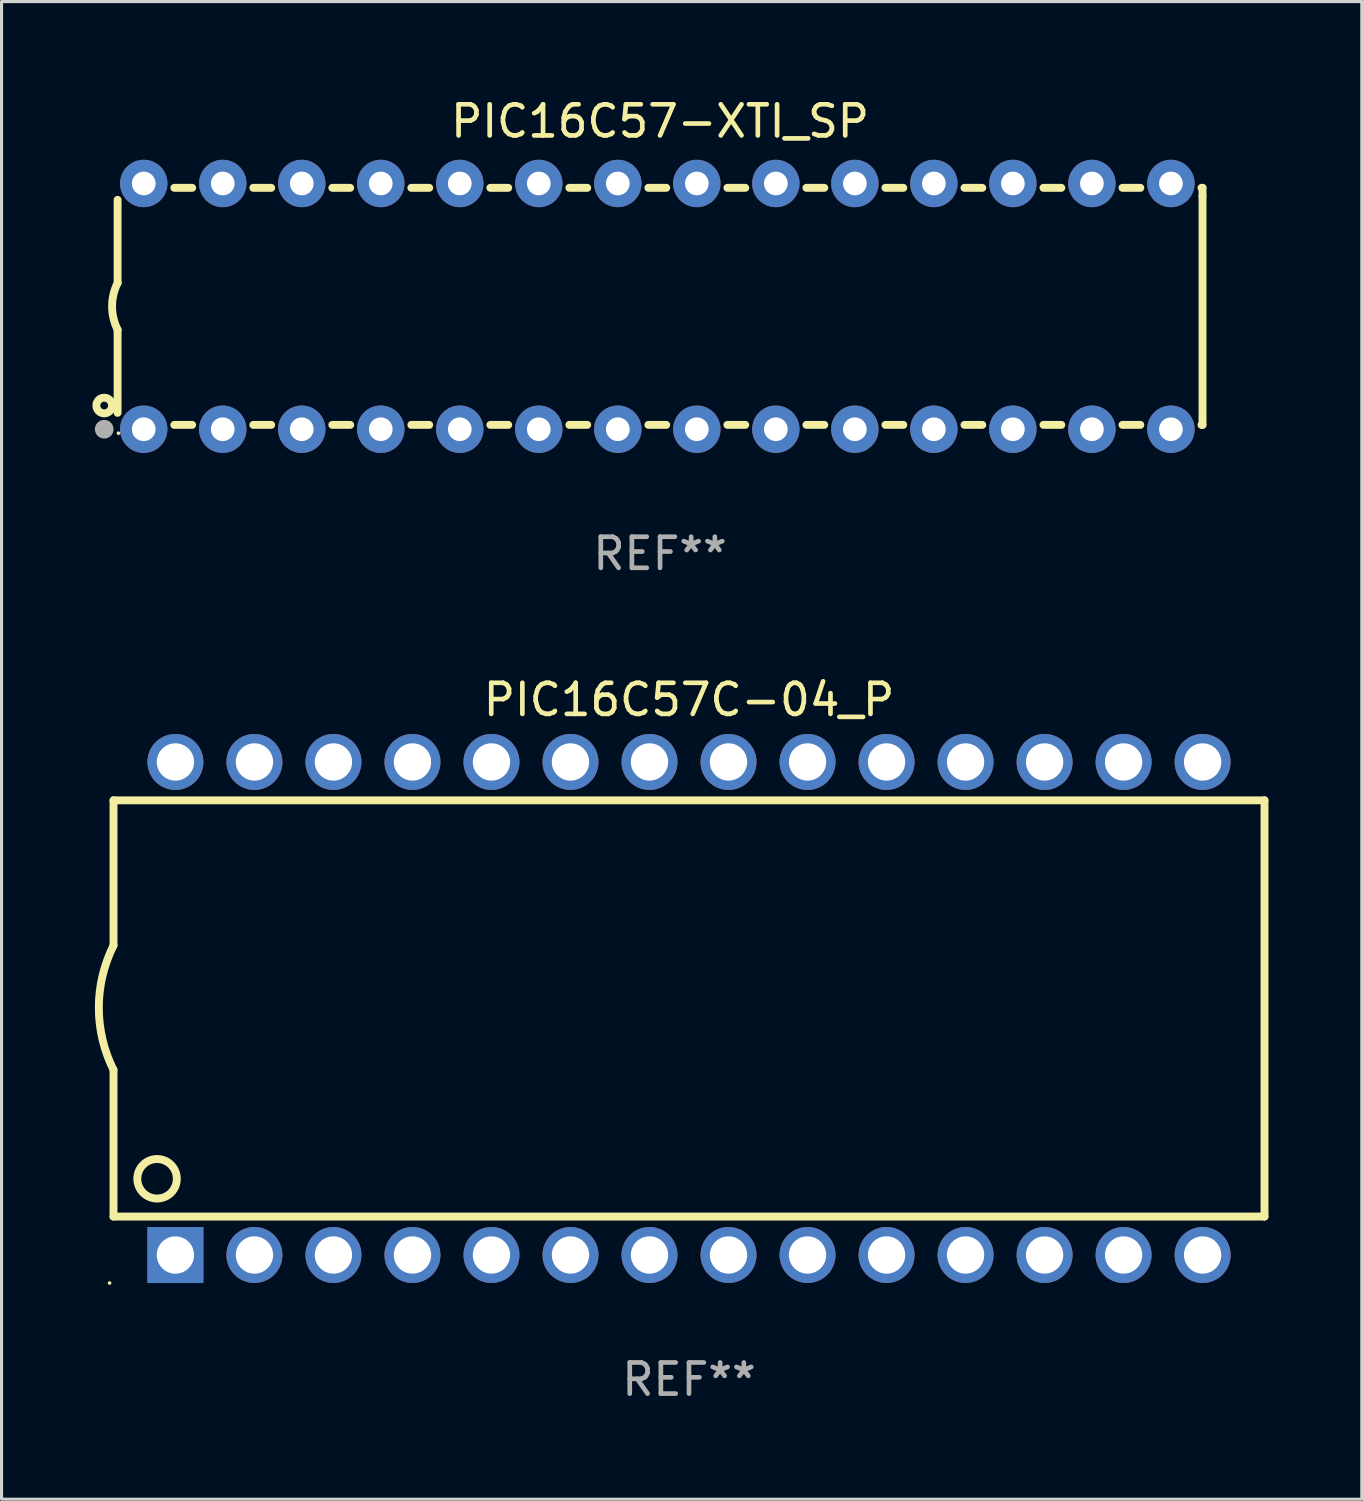
<source format=kicad_pcb>
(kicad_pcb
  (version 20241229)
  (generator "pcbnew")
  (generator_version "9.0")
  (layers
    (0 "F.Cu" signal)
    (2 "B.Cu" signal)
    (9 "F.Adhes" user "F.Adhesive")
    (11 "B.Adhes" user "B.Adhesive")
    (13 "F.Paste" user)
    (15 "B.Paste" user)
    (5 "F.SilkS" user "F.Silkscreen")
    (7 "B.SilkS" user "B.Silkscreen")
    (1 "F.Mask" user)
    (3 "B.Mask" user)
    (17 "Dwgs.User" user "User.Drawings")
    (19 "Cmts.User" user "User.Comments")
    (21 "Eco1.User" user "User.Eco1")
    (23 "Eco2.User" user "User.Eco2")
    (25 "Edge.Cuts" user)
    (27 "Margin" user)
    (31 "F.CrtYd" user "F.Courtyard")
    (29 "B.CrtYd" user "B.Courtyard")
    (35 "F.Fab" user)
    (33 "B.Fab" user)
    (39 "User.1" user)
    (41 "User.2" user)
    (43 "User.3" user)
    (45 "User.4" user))
  (footprint "PIC16C57-XTI_SP"
    (layer "F.Cu")
    (at 18.168 6.798)
    (property "Reference" "PIC16C57-XTI_SP" (at 0 -5.95 0) (layer "F.SilkS") (effects (font (size 1 1) (thickness 0.15))))
    (attr through_hole)
    (fp_line (start -17.438 0.75) (end -17.438 3.423) (stroke (width 0.254) (type solid)) (layer "F.SilkS"))
    (fp_line (start -17.438 -3.423) (end -17.438 -0.75) (stroke (width 0.254) (type solid)) (layer "F.SilkS"))
    (fp_line (start -15.615 3.81) (end -15.041 3.81) (stroke (width 0.254) (type solid)) (layer "F.SilkS"))
    (fp_line (start -15.041 -3.81) (end -15.614 -3.81) (stroke (width 0.254) (type solid)) (layer "F.SilkS"))
    (fp_line (start -13.075 3.81) (end -12.501 3.81) (stroke (width 0.254) (type solid)) (layer "F.SilkS"))
    (fp_line (start -12.501 -3.81) (end -13.074 -3.81) (stroke (width 0.254) (type solid)) (layer "F.SilkS"))
    (fp_line (start -10.535 3.81) (end -9.961 3.81) (stroke (width 0.254) (type solid)) (layer "F.SilkS"))
    (fp_line (start -9.961 -3.81) (end -10.534 -3.81) (stroke (width 0.254) (type solid)) (layer "F.SilkS"))
    (fp_line (start -7.995 3.81) (end -7.421 3.81) (stroke (width 0.254) (type solid)) (layer "F.SilkS"))
    (fp_line (start -7.421 -3.81) (end -7.995 -3.81) (stroke (width 0.254) (type solid)) (layer "F.SilkS"))
    (fp_line (start -5.455 3.81) (end -4.881 3.81) (stroke (width 0.254) (type solid)) (layer "F.SilkS"))
    (fp_line (start -4.881 -3.81) (end -5.455 -3.81) (stroke (width 0.254) (type solid)) (layer "F.SilkS"))
    (fp_line (start -2.915 3.81) (end -2.341 3.81) (stroke (width 0.254) (type solid)) (layer "F.SilkS"))
    (fp_line (start -2.341 -3.81) (end -2.915 -3.81) (stroke (width 0.254) (type solid)) (layer "F.SilkS"))
    (fp_line (start -0.375 3.81) (end 0.199 3.81) (stroke (width 0.254) (type solid)) (layer "F.SilkS"))
    (fp_line (start 0.199 -3.81) (end -0.375 -3.81) (stroke (width 0.254) (type solid)) (layer "F.SilkS"))
    (fp_line (start 2.165 3.81) (end 2.739 3.81) (stroke (width 0.254) (type solid)) (layer "F.SilkS"))
    (fp_line (start 2.739 -3.81) (end 2.165 -3.81) (stroke (width 0.254) (type solid)) (layer "F.SilkS"))
    (fp_line (start 4.705 3.81) (end 5.279 3.81) (stroke (width 0.254) (type solid)) (layer "F.SilkS"))
    (fp_line (start 5.279 -3.81) (end 4.705 -3.81) (stroke (width 0.254) (type solid)) (layer "F.SilkS"))
    (fp_line (start 7.245 3.81) (end 7.819 3.81) (stroke (width 0.254) (type solid)) (layer "F.SilkS"))
    (fp_line (start 7.819 -3.81) (end 7.245 -3.81) (stroke (width 0.254) (type solid)) (layer "F.SilkS"))
    (fp_line (start 9.785 3.81) (end 10.359 3.81) (stroke (width 0.254) (type solid)) (layer "F.SilkS"))
    (fp_line (start 10.359 -3.81) (end 9.785 -3.81) (stroke (width 0.254) (type solid)) (layer "F.SilkS"))
    (fp_line (start 12.325 3.81) (end 12.899 3.81) (stroke (width 0.254) (type solid)) (layer "F.SilkS"))
    (fp_line (start 12.899 -3.81) (end 12.325 -3.81) (stroke (width 0.254) (type solid)) (layer "F.SilkS"))
    (fp_line (start 14.865 3.81) (end 15.439 3.81) (stroke (width 0.254) (type solid)) (layer "F.SilkS"))
    (fp_line (start 15.439 -3.81) (end 14.865 -3.81) (stroke (width 0.254) (type solid)) (layer "F.SilkS"))
    (fp_line (start 17.405 3.81) (end 17.438 3.81) (stroke (width 0.254) (type solid)) (layer "F.SilkS"))
    (fp_line (start 17.438 -3.81) (end 17.405 -3.81) (stroke (width 0.254) (type solid)) (layer "F.SilkS"))
    (fp_line (start 17.438 -3.556) (end 17.438 -3.81) (stroke (width 0.254) (type solid)) (layer "F.SilkS"))
    (fp_line (start 17.438 3.81) (end 17.438 -3.556) (stroke (width 0.254) (type solid)) (layer "F.SilkS"))
    (fp_arc (start -17.437986 0.749657) (mid -17.614887 -0.000024) (end -17.437783 -0.749657) (stroke (width 0.254001) (type solid)) (layer "F.SilkS"))
    (fp_circle (center -17.868 3.188) (end -17.743 3.188) (stroke (width 0.254) (type solid)) (fill no) (layer "F.SilkS"))
    (fp_circle (center -17.411 4.077) (end -17.381 4.077) (stroke (width 0.06) (type solid)) (fill no) (layer "F.SilkS"))
    (fp_circle (center -17.868 3.95) (end -17.718 3.95) (stroke (width 0.3) (type solid)) (fill no) (layer "F.Fab"))
    (fp_text user "REF**" (at 0 7.95 0) (layer "F.Fab") (effects (font (size 1 1) (thickness 0.15))))
    (pad "1" thru_hole circle (at -16.598 3.95) (size 1.524 1.524) (drill 0.762) (layers "*.Cu" "*.Mask"))
    (pad "2" thru_hole circle (at -14.058 3.95) (size 1.524 1.524) (drill 0.762) (layers "*.Cu" "*.Mask"))
    (pad "3" thru_hole circle (at -11.518 3.95) (size 1.524 1.524) (drill 0.762) (layers "*.Cu" "*.Mask"))
    (pad "4" thru_hole circle (at -8.978 3.95) (size 1.524 1.524) (drill 0.762) (layers "*.Cu" "*.Mask"))
    (pad "5" thru_hole circle (at -6.438 3.95) (size 1.524 1.524) (drill 0.762) (layers "*.Cu" "*.Mask"))
    (pad "6" thru_hole circle (at -3.898 3.95) (size 1.524 1.524) (drill 0.762) (layers "*.Cu" "*.Mask"))
    (pad "7" thru_hole circle (at -1.358 3.95) (size 1.524 1.524) (drill 0.762) (layers "*.Cu" "*.Mask"))
    (pad "8" thru_hole circle (at 1.182 3.95) (size 1.524 1.524) (drill 0.762) (layers "*.Cu" "*.Mask"))
    (pad "9" thru_hole circle (at 3.722 3.95) (size 1.524 1.524) (drill 0.762) (layers "*.Cu" "*.Mask"))
    (pad "10" thru_hole circle (at 6.262 3.95) (size 1.524 1.524) (drill 0.762) (layers "*.Cu" "*.Mask"))
    (pad "11" thru_hole circle (at 8.802 3.95) (size 1.524 1.524) (drill 0.762) (layers "*.Cu" "*.Mask"))
    (pad "12" thru_hole circle (at 11.342 3.95) (size 1.524 1.524) (drill 0.762) (layers "*.Cu" "*.Mask"))
    (pad "13" thru_hole circle (at 13.882 3.95) (size 1.524 1.524) (drill 0.762) (layers "*.Cu" "*.Mask"))
    (pad "14" thru_hole circle (at 16.422 3.95) (size 1.524 1.524) (drill 0.762) (layers "*.Cu" "*.Mask"))
    (pad "15" thru_hole circle (at 16.422 -3.95) (size 1.524 1.524) (drill 0.762) (layers "*.Cu" "*.Mask"))
    (pad "16" thru_hole circle (at 13.882 -3.95) (size 1.524 1.524) (drill 0.762) (layers "*.Cu" "*.Mask"))
    (pad "17" thru_hole circle (at 11.342 -3.95) (size 1.524 1.524) (drill 0.762) (layers "*.Cu" "*.Mask"))
    (pad "18" thru_hole circle (at 8.802 -3.95) (size 1.524 1.524) (drill 0.762) (layers "*.Cu" "*.Mask"))
    (pad "19" thru_hole circle (at 6.262 -3.95) (size 1.524 1.524) (drill 0.762) (layers "*.Cu" "*.Mask"))
    (pad "20" thru_hole circle (at 3.722 -3.95) (size 1.524 1.524) (drill 0.762) (layers "*.Cu" "*.Mask"))
    (pad "21" thru_hole circle (at 1.182 -3.95) (size 1.524 1.524) (drill 0.762) (layers "*.Cu" "*.Mask"))
    (pad "22" thru_hole circle (at -1.358 -3.95) (size 1.524 1.524) (drill 0.762) (layers "*.Cu" "*.Mask"))
    (pad "23" thru_hole circle (at -3.898 -3.95) (size 1.524 1.524) (drill 0.762) (layers "*.Cu" "*.Mask"))
    (pad "24" thru_hole circle (at -6.438 -3.95) (size 1.524 1.524) (drill 0.762) (layers "*.Cu" "*.Mask"))
    (pad "25" thru_hole circle (at -8.978 -3.95) (size 1.524 1.524) (drill 0.762) (layers "*.Cu" "*.Mask"))
    (pad "26" thru_hole circle (at -11.517 -3.95) (size 1.524 1.524) (drill 0.762) (layers "*.Cu" "*.Mask"))
    (pad "27" thru_hole circle (at -14.057 -3.95) (size 1.524 1.524) (drill 0.762) (layers "*.Cu" "*.Mask"))
    (pad "28" thru_hole circle (at -16.597 -3.95) (size 1.524 1.524) (drill 0.762) (layers "*.Cu" "*.Mask")))
  (footprint "PIC16C57C-04_P"
    (layer "F.Cu")
    (at 19.099 29.369)
    (property "Reference" "PIC16C57C-04_P" (at 0 -9.925 0) (layer "F.SilkS") (effects (font (size 1 1) (thickness 0.15))))
    (attr through_hole)
    (fp_line (start -18.5 -6.692) (end -18.5 -2.026) (stroke (width 0.254) (type solid)) (layer "F.SilkS"))
    (fp_line (start -18.5 6.689) (end -18.5 1.974) (stroke (width 0.254) (type solid)) (layer "F.SilkS"))
    (fp_line (start -18.5 6.689) (end 18.5 6.689) (stroke (width 0.254) (type solid)) (layer "F.SilkS"))
    (fp_line (start 18.5 -6.692) (end -18.5 -6.692) (stroke (width 0.254) (type solid)) (layer "F.SilkS"))
    (fp_line (start 18.5 6.689) (end 18.5 -6.692) (stroke (width 0.254) (type solid)) (layer "F.SilkS"))
    (fp_arc (start -18.500051 1.974346) (mid -18.972187 -0.025654) (end -18.500051 -2.025654) (stroke (width 0.254001) (type solid)) (layer "F.SilkS"))
    (fp_circle (center -18.627 8.824) (end -18.597 8.824) (stroke (width 0.06) (type solid)) (fill no) (layer "F.SilkS"))
    (fp_circle (center -17.1 5.474) (end -16.465 5.474) (stroke (width 0.254) (type solid)) (fill no) (layer "F.SilkS"))
    (fp_text user "REF**" (at 0 11.925 0) (layer "F.Fab") (effects (font (size 1 1) (thickness 0.15))))
    (pad "1" thru_hole rect (at -16.51 7.925) (size 1.8 1.8) (drill 1.2) (layers "*.Cu" "*.Mask"))
    (pad "2" thru_hole circle (at -13.97 7.924) (size 1.8 1.8) (drill 1.2) (layers "*.Cu" "*.Mask"))
    (pad "3" thru_hole circle (at -11.43 7.924) (size 1.8 1.8) (drill 1.2) (layers "*.Cu" "*.Mask"))
    (pad "4" thru_hole circle (at -8.89 7.924) (size 1.8 1.8) (drill 1.2) (layers "*.Cu" "*.Mask"))
    (pad "5" thru_hole circle (at -6.35 7.924) (size 1.8 1.8) (drill 1.2) (layers "*.Cu" "*.Mask"))
    (pad "6" thru_hole circle (at -3.81 7.924) (size 1.8 1.8) (drill 1.2) (layers "*.Cu" "*.Mask"))
    (pad "7" thru_hole circle (at -1.27 7.924) (size 1.8 1.8) (drill 1.2) (layers "*.Cu" "*.Mask"))
    (pad "8" thru_hole circle (at 1.27 7.924) (size 1.8 1.8) (drill 1.2) (layers "*.Cu" "*.Mask"))
    (pad "9" thru_hole circle (at 3.81 7.924) (size 1.8 1.8) (drill 1.2) (layers "*.Cu" "*.Mask"))
    (pad "10" thru_hole circle (at 6.35 7.924) (size 1.8 1.8) (drill 1.2) (layers "*.Cu" "*.Mask"))
    (pad "11" thru_hole circle (at 8.89 7.924) (size 1.8 1.8) (drill 1.2) (layers "*.Cu" "*.Mask"))
    (pad "12" thru_hole circle (at 11.43 7.924) (size 1.8 1.8) (drill 1.2) (layers "*.Cu" "*.Mask"))
    (pad "13" thru_hole circle (at 13.97 7.924) (size 1.8 1.8) (drill 1.2) (layers "*.Cu" "*.Mask"))
    (pad "14" thru_hole circle (at 16.51 7.924) (size 1.8 1.8) (drill 1.2) (layers "*.Cu" "*.Mask"))
    (pad "15" thru_hole circle (at 16.51 -7.925) (size 1.8 1.8) (drill 1.2) (layers "*.Cu" "*.Mask"))
    (pad "16" thru_hole circle (at 13.97 -7.925) (size 1.8 1.8) (drill 1.2) (layers "*.Cu" "*.Mask"))
    (pad "17" thru_hole circle (at 11.43 -7.925) (size 1.8 1.8) (drill 1.2) (layers "*.Cu" "*.Mask"))
    (pad "18" thru_hole circle (at 8.89 -7.925) (size 1.8 1.8) (drill 1.2) (layers "*.Cu" "*.Mask"))
    (pad "19" thru_hole circle (at 6.35 -7.925) (size 1.8 1.8) (drill 1.2) (layers "*.Cu" "*.Mask"))
    (pad "20" thru_hole circle (at 3.81 -7.925) (size 1.8 1.8) (drill 1.2) (layers "*.Cu" "*.Mask"))
    (pad "21" thru_hole circle (at 1.27 -7.925) (size 1.8 1.8) (drill 1.2) (layers "*.Cu" "*.Mask"))
    (pad "22" thru_hole circle (at -1.27 -7.925) (size 1.8 1.8) (drill 1.2) (layers "*.Cu" "*.Mask"))
    (pad "23" thru_hole circle (at -3.81 -7.925) (size 1.8 1.8) (drill 1.2) (layers "*.Cu" "*.Mask"))
    (pad "24" thru_hole circle (at -6.35 -7.925) (size 1.8 1.8) (drill 1.2) (layers "*.Cu" "*.Mask"))
    (pad "25" thru_hole circle (at -8.89 -7.925) (size 1.8 1.8) (drill 1.2) (layers "*.Cu" "*.Mask"))
    (pad "26" thru_hole circle (at -11.43 -7.925) (size 1.8 1.8) (drill 1.2) (layers "*.Cu" "*.Mask"))
    (pad "27" thru_hole circle (at -13.97 -7.925) (size 1.8 1.8) (drill 1.2) (layers "*.Cu" "*.Mask"))
    (pad "28" thru_hole circle (at -16.51 -7.925) (size 1.8 1.8) (drill 1.2) (layers "*.Cu" "*.Mask")))
  (gr_rect
    (start -3 -3)
    (end 40.726 45.143)
    (stroke (width 0.1) (type default))
    (fill no)
    (layer "Edge.Cuts")))
</source>
